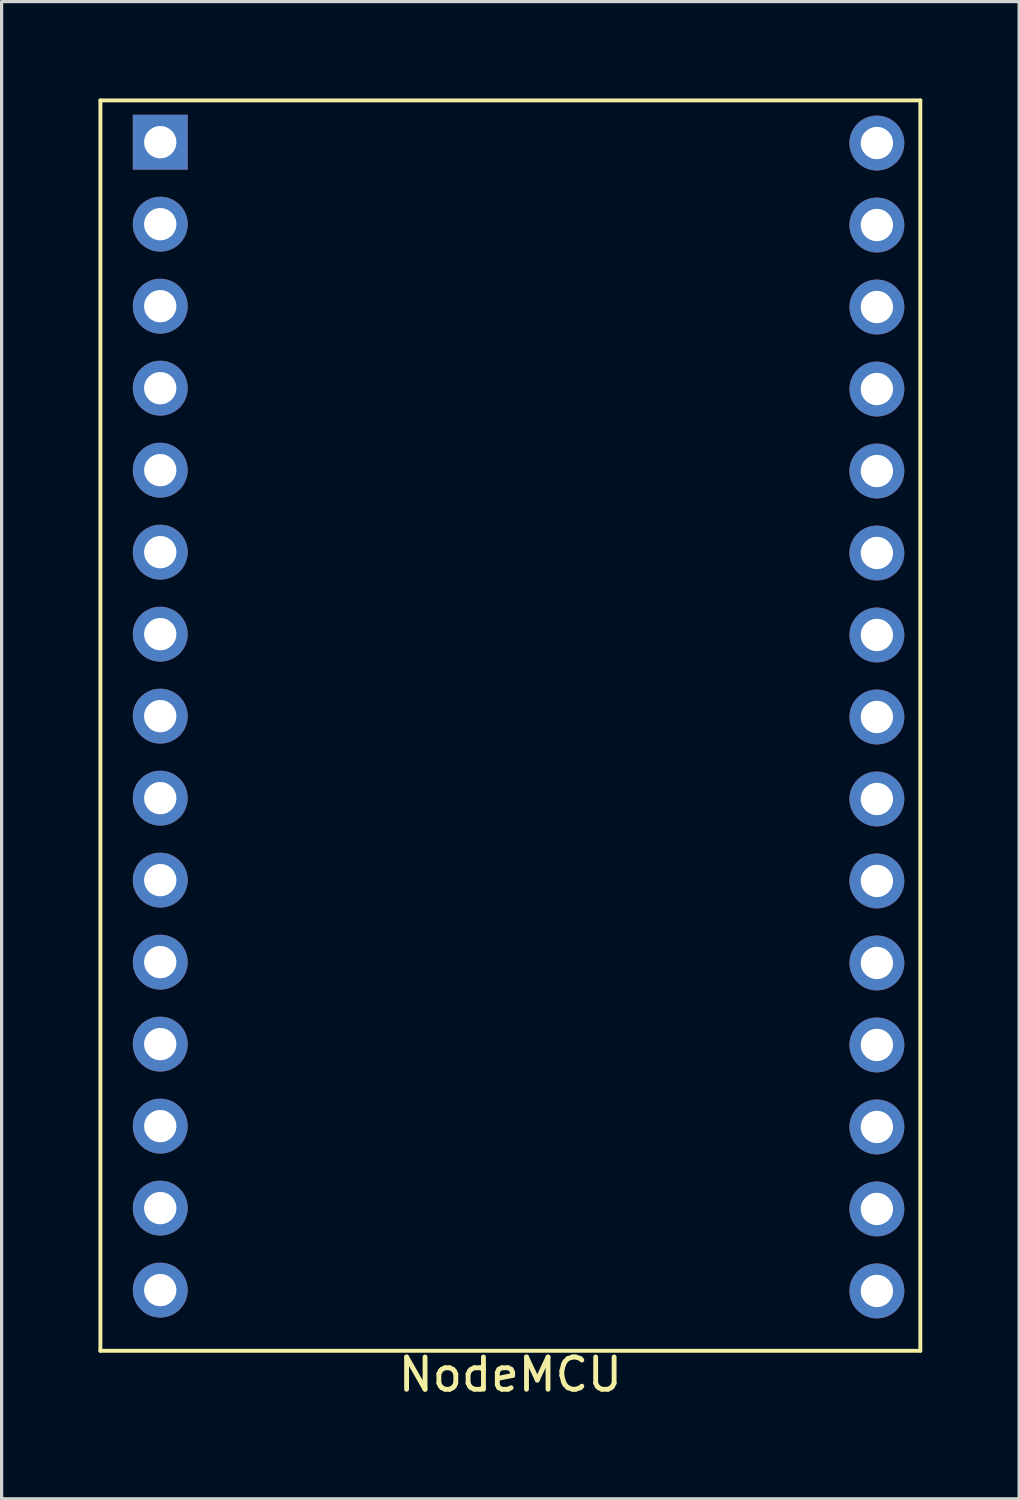
<source format=kicad_pcb>
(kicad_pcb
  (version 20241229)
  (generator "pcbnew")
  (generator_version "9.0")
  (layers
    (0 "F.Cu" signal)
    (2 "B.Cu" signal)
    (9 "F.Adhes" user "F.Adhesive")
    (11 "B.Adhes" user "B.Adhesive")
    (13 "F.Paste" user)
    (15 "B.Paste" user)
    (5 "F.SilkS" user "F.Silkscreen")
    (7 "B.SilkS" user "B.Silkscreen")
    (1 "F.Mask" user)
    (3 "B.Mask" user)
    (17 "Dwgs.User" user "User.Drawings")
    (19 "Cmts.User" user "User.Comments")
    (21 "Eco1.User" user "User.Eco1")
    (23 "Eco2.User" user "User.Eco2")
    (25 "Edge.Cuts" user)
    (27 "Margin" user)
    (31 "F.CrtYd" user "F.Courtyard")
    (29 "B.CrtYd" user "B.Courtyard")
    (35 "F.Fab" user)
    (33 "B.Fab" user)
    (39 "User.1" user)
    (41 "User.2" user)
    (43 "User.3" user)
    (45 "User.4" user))
  (footprint "NodeMCU"
    (layer "F.Cu")
    (at 12.76 19.11)
    (property "Reference" "NodeMCU" (at 0 20.422 0) (layer "F.SilkS") (effects (font (size 1 1) (thickness 0.15))))
    (attr through_hole)
    (fp_line (start -12.7 -19.05) (end -12.7 19.685) (stroke (width 0.12) (type solid)) (layer "F.SilkS"))
    (fp_line (start -12.7 -19.05) (end 12.7 -19.05) (stroke (width 0.12) (type solid)) (layer "F.SilkS"))
    (fp_line (start -12.7 19.685) (end 12.7 19.685) (stroke (width 0.12) (type solid)) (layer "F.SilkS"))
    (fp_line (start 12.7 -19.05) (end 12.7 19.685) (stroke (width 0.12) (type solid)) (layer "F.SilkS"))
    (pad "3V3" thru_hole oval (at -10.846 7.645) (size 1.7 1.7) (drill 1) (layers "*.Cu" "*.Mask"))
    (pad "3V3" thru_hole oval (at 11.354 -5.029) (size 1.7 1.7) (drill 1) (layers "*.Cu" "*.Mask"))
    (pad "3V3" thru_hole oval (at 11.354 17.831) (size 1.7 1.7) (drill 1) (layers "*.Cu" "*.Mask"))
    (pad "A0" thru_hole rect (at -10.846 -17.755) (size 1.7 1.7) (drill 1) (layers "*.Cu" "*.Mask"))
    (pad "CLK" thru_hole oval (at -10.846 2.565) (size 1.7 1.7) (drill 1) (layers "*.Cu" "*.Mask"))
    (pad "CMD" thru_hole oval (at -10.846 -2.515) (size 1.7 1.7) (drill 1) (layers "*.Cu" "*.Mask"))
    (pad "D0" thru_hole oval (at 11.354 -17.729) (size 1.7 1.7) (drill 1) (layers "*.Cu" "*.Mask"))
    (pad "D1" thru_hole oval (at 11.354 -15.189) (size 1.7 1.7) (drill 1) (layers "*.Cu" "*.Mask"))
    (pad "D2" thru_hole oval (at 11.354 -12.649) (size 1.7 1.7) (drill 1) (layers "*.Cu" "*.Mask"))
    (pad "D3" thru_hole oval (at 11.354 -10.109) (size 1.7 1.7) (drill 1) (layers "*.Cu" "*.Mask"))
    (pad "D4" thru_hole oval (at 11.354 -7.569) (size 1.7 1.7) (drill 1) (layers "*.Cu" "*.Mask"))
    (pad "D5" thru_hole oval (at 11.354 0.051) (size 1.7 1.7) (drill 1) (layers "*.Cu" "*.Mask"))
    (pad "D6" thru_hole oval (at 11.354 2.591) (size 1.7 1.7) (drill 1) (layers "*.Cu" "*.Mask"))
    (pad "D7" thru_hole oval (at 11.354 5.131) (size 1.7 1.7) (drill 1) (layers "*.Cu" "*.Mask"))
    (pad "D8" thru_hole oval (at 11.354 7.671) (size 1.7 1.7) (drill 1) (layers "*.Cu" "*.Mask"))
    (pad "EN" thru_hole oval (at -10.846 10.185) (size 1.7 1.7) (drill 1) (layers "*.Cu" "*.Mask"))
    (pad "GND" thru_hole oval (at -10.846 5.105) (size 1.7 1.7) (drill 1) (layers "*.Cu" "*.Mask"))
    (pad "GND" thru_hole oval (at -10.846 15.265) (size 1.7 1.7) (drill 1) (layers "*.Cu" "*.Mask"))
    (pad "GND" thru_hole oval (at 11.354 -2.489) (size 1.7 1.7) (drill 1) (layers "*.Cu" "*.Mask"))
    (pad "GND" thru_hole oval (at 11.354 15.291) (size 1.7 1.7) (drill 1) (layers "*.Cu" "*.Mask"))
    (pad "RST" thru_hole oval (at -10.846 12.725) (size 1.7 1.7) (drill 1) (layers "*.Cu" "*.Mask"))
    (pad "RSV" thru_hole oval (at -10.846 -15.215) (size 1.7 1.7) (drill 1) (layers "*.Cu" "*.Mask"))
    (pad "RSV" thru_hole oval (at -10.846 -12.675) (size 1.7 1.7) (drill 1) (layers "*.Cu" "*.Mask"))
    (pad "RX" thru_hole oval (at 11.354 10.211) (size 1.7 1.7) (drill 1) (layers "*.Cu" "*.Mask"))
    (pad "SD0" thru_hole oval (at -10.846 0.025) (size 1.7 1.7) (drill 1) (layers "*.Cu" "*.Mask"))
    (pad "SD1" thru_hole oval (at -10.846 -5.055) (size 1.7 1.7) (drill 1) (layers "*.Cu" "*.Mask"))
    (pad "SD2" thru_hole oval (at -10.846 -7.595) (size 1.7 1.7) (drill 1) (layers "*.Cu" "*.Mask"))
    (pad "SD3" thru_hole oval (at -10.846 -10.135) (size 1.7 1.7) (drill 1) (layers "*.Cu" "*.Mask"))
    (pad "TX" thru_hole oval (at 11.354 12.751) (size 1.7 1.7) (drill 1) (layers "*.Cu" "*.Mask"))
    (pad "VIN" thru_hole oval (at -10.846 17.805) (size 1.7 1.7) (drill 1) (layers "*.Cu" "*.Mask")))
  (gr_rect
    (start -3 -3)
    (end 28.52 43.38)
    (stroke (width 0.1) (type default))
    (fill no)
    (layer "Edge.Cuts")))
</source>
